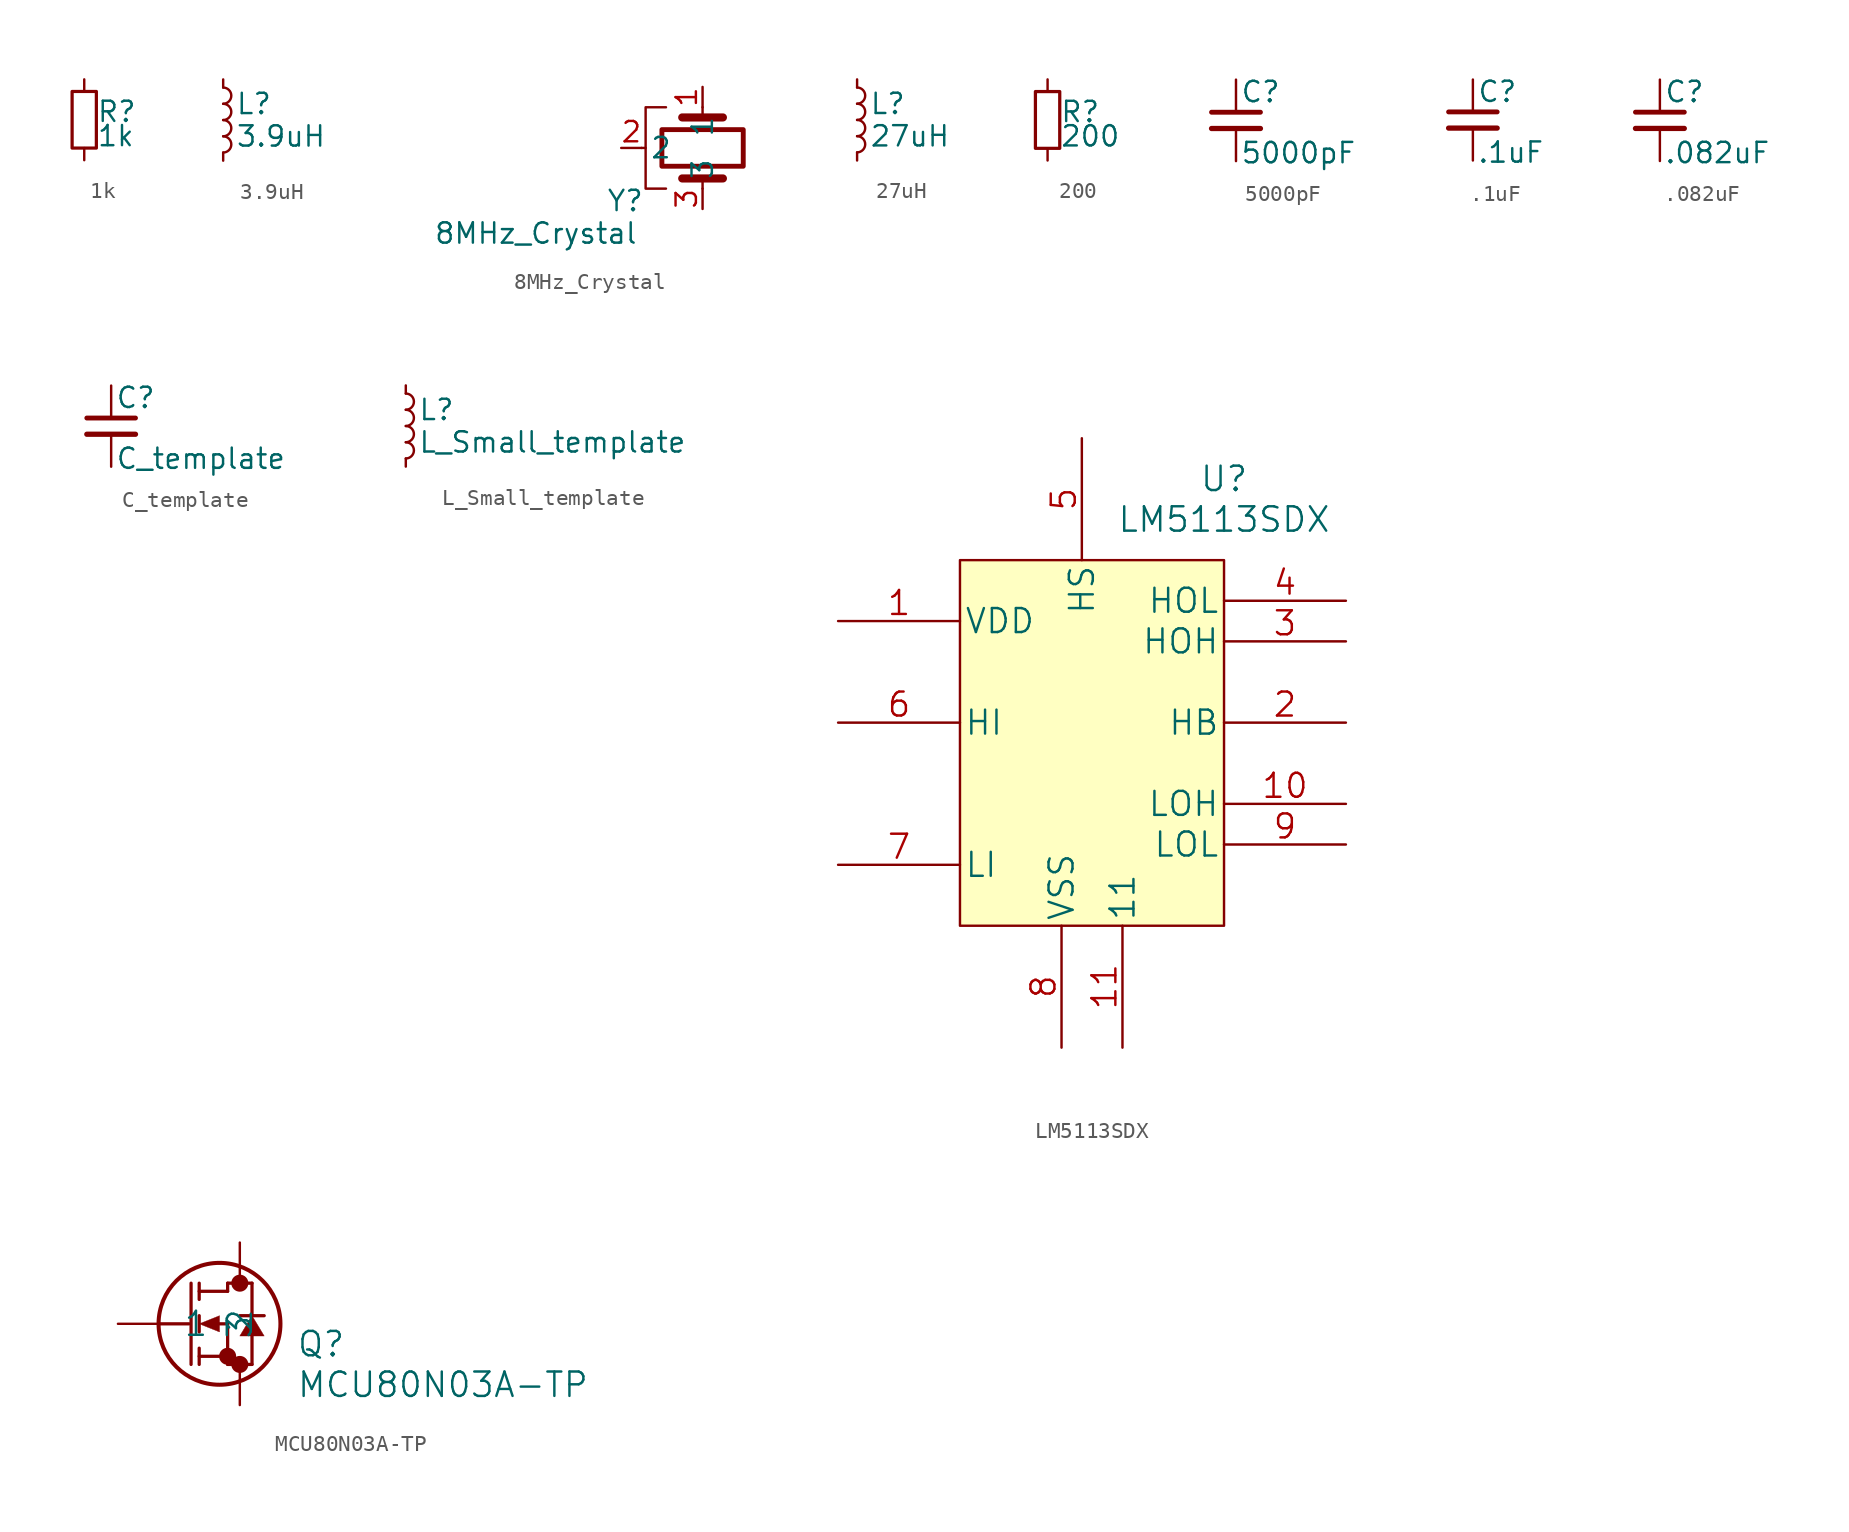
<source format=kicad_sym>
(kicad_symbol_lib
  (version 20211014)
  (generator kicad_symbol_editor)
  (symbol "1k"
    (pin_numbers hide)
    (pin_names
      (offset 0.254) hide)
    (property "Reference" "R"
      (at 0.762 0.508 0)
      (effects (font (size 1.27 1.27)) (justify left)))
    (property "Value" "1k"
      (at 0.762 -1.016 0)
      (effects (font (size 1.27 1.27)) (justify left)))
    (symbol "1k_0_1"
      (rectangle (start -0.762 1.778) (end 0.762 -1.778) (stroke (width 0.203) (type default) (color 0 0 0 0)) (fill (type none))))
    (symbol "1k_1_1"
      (pin passive line (at 0 2.54 270) (length 0.762) (name "~" (effects (font (size 1.27 1.27)))) (number "1" (effects (font (size 1.27 1.27)))))
      (pin passive line (at 0 -2.54 90) (length 0.762) (name "~" (effects (font (size 1.27 1.27)))) (number "2" (effects (font (size 1.27 1.27)))))))
  (symbol "3.9uH"
    (pin_numbers hide)
    (pin_names
      (offset 0.254) hide)
    (property "Reference" "L"
      (at 0.762 1.016 0)
      (effects (font (size 1.27 1.27)) (justify left)))
    (property "Value" "3.9uH"
      (at 0.762 -1.016 0)
      (effects (font (size 1.27 1.27)) (justify left)))
    (symbol "3.9uH_0_1"
      (arc (start 0 -2.032) (mid 0.508 -1.524) (end 0 -1.016) (stroke (width 0) (type default) (color 0 0 0 0)) (fill (type none)))
      (arc (start 0 -1.016) (mid 0.508 -0.508) (end 0 0) (stroke (width 0) (type default) (color 0 0 0 0)) (fill (type none)))
      (arc (start 0 0) (mid 0.508 0.508) (end 0 1.016) (stroke (width 0) (type default) (color 0 0 0 0)) (fill (type none)))
      (arc (start 0 1.016) (mid 0.508 1.524) (end 0 2.032) (stroke (width 0) (type default) (color 0 0 0 0)) (fill (type none))))
    (symbol "3.9uH_1_1"
      (pin passive line (at 0 2.54 270) (length 0.508) (name "~" (effects (font (size 1.27 1.27)))) (number "1" (effects (font (size 1.27 1.27)))))
      (pin passive line (at 0 -2.54 90) (length 0.508) (name "~" (effects (font (size 1.27 1.27)))) (number "2" (effects (font (size 1.27 1.27)))))))
  (symbol "8MHz_Crystal"
    (property "Reference" "Y"
      (at -18.796 14.478 0)
      (effects (font (size 1.27 1.27))))
    (property "Value" "8MHz_Crystal"
      (at -24.384 12.446 0)
      (effects (font (size 1.27 1.27))))
    (symbol "8MHz_Crystal_0_1"
      (rectangle (start -11.43 18.923) (end -16.51 16.637) (stroke (width 0.305) (type default) (color 0 0 0 0)) (fill (type none)))
      (polyline (pts (xy -17.78 17.78) (xy -17.526 17.78)) (stroke (width 0) (type default) (color 0 0 0 0)) (fill (type none)))
      (polyline (pts (xy -15.24 19.685) (xy -12.7 19.685)) (stroke (width 0.508) (type default) (color 0 0 0 0)) (fill (type none)))
      (polyline (pts (xy -13.97 15.875) (xy -13.97 15.24)) (stroke (width 0) (type default) (color 0 0 0 0)) (fill (type none)))
      (polyline (pts (xy -13.97 20.32) (xy -13.97 19.685)) (stroke (width 0) (type default) (color 0 0 0 0)) (fill (type none)))
      (polyline (pts (xy -12.7 15.875) (xy -15.24 15.875)) (stroke (width 0.508) (type default) (color 0 0 0 0)) (fill (type none)))
      (polyline (pts (xy -16.256 20.32) (xy -17.526 20.32) (xy -17.526 15.24) (xy -16.256 15.24)) (stroke (width 0) (type default) (color 0 0 0 0)) (fill (type none))))
    (symbol "8MHz_Crystal_1_1"
      (pin input line (at -13.97 21.59 270) (length 1.27) (name "1" (effects (font (size 1.27 1.27)))) (number "1" (effects (font (size 1.27 1.27)))))
      (pin power_in line (at -19.05 17.78 0) (length 1.27) (name "2" (effects (font (size 1.27 1.27)))) (number "2" (effects (font (size 1.27 1.27)))))
      (pin output line (at -13.97 13.97 90) (length 1.27) (name "3" (effects (font (size 1.27 1.27)))) (number "3" (effects (font (size 1.27 1.27)))))))
  (symbol "27uH"
    (pin_numbers hide)
    (pin_names
      (offset 0.254) hide)
    (property "Reference" "L"
      (at 0.762 1.016 0)
      (effects (font (size 1.27 1.27)) (justify left)))
    (property "Value" "27uH"
      (at 0.762 -1.016 0)
      (effects (font (size 1.27 1.27)) (justify left)))
    (symbol "27uH_0_1"
      (arc (start 0 -2.032) (mid 0.508 -1.524) (end 0 -1.016) (stroke (width 0) (type default) (color 0 0 0 0)) (fill (type none)))
      (arc (start 0 -1.016) (mid 0.508 -0.508) (end 0 0) (stroke (width 0) (type default) (color 0 0 0 0)) (fill (type none)))
      (arc (start 0 0) (mid 0.508 0.508) (end 0 1.016) (stroke (width 0) (type default) (color 0 0 0 0)) (fill (type none)))
      (arc (start 0 1.016) (mid 0.508 1.524) (end 0 2.032) (stroke (width 0) (type default) (color 0 0 0 0)) (fill (type none))))
    (symbol "27uH_1_1"
      (pin passive line (at 0 2.54 270) (length 0.508) (name "~" (effects (font (size 1.27 1.27)))) (number "1" (effects (font (size 1.27 1.27)))))
      (pin passive line (at 0 -2.54 90) (length 0.508) (name "~" (effects (font (size 1.27 1.27)))) (number "2" (effects (font (size 1.27 1.27)))))))
  (symbol "200"
    (pin_numbers hide)
    (pin_names
      (offset 0.254) hide)
    (property "Reference" "R"
      (at 0.762 0.508 0)
      (effects (font (size 1.27 1.27)) (justify left)))
    (property "Value" "200"
      (at 0.762 -1.016 0)
      (effects (font (size 1.27 1.27)) (justify left)))
    (symbol "200_0_1"
      (rectangle (start -0.762 1.778) (end 0.762 -1.778) (stroke (width 0.203) (type default) (color 0 0 0 0)) (fill (type none))))
    (symbol "200_1_1"
      (pin passive line (at 0 2.54 270) (length 0.762) (name "~" (effects (font (size 1.27 1.27)))) (number "1" (effects (font (size 1.27 1.27)))))
      (pin passive line (at 0 -2.54 90) (length 0.762) (name "~" (effects (font (size 1.27 1.27)))) (number "2" (effects (font (size 1.27 1.27)))))))
  (symbol "5000pF"
    (pin_numbers hide)
    (pin_names
      (offset 0.254) hide)
    (property "Reference" "C"
      (at 0.254 1.778 0)
      (effects (font (size 1.27 1.27)) (justify left)))
    (property "Value" "5000pF"
      (at 0.254 -2.032 0)
      (effects (font (size 1.27 1.27)) (justify left)))
    (symbol "5000pF_0_1"
      (polyline (pts (xy -1.524 -0.508) (xy 1.524 -0.508)) (stroke (width 0.33) (type default) (color 0 0 0 0)) (fill (type none)))
      (polyline (pts (xy -1.524 0.508) (xy 1.524 0.508)) (stroke (width 0.305) (type default) (color 0 0 0 0)) (fill (type none))))
    (symbol "5000pF_1_1"
      (pin passive line (at 0 2.54 270) (length 2.032) (name "~" (effects (font (size 1.27 1.27)))) (number "1" (effects (font (size 1.27 1.27)))))
      (pin passive line (at 0 -2.54 90) (length 2.032) (name "~" (effects (font (size 1.27 1.27)))) (number "2" (effects (font (size 1.27 1.27)))))))
  (symbol ".1uF"
    (pin_numbers hide)
    (pin_names
      (offset 0.254) hide)
    (property "Reference" "C"
      (at 0.254 1.778 0)
      (effects (font (size 1.27 1.27)) (justify left)))
    (property "Value" ".1uF"
      (at 0.254 -2.032 0)
      (effects (font (size 1.27 1.27)) (justify left)))
    (symbol ".1uF_0_1"
      (polyline (pts (xy -1.524 -0.508) (xy 1.524 -0.508)) (stroke (width 0.33) (type default) (color 0 0 0 0)) (fill (type none)))
      (polyline (pts (xy -1.524 0.508) (xy 1.524 0.508)) (stroke (width 0.305) (type default) (color 0 0 0 0)) (fill (type none))))
    (symbol ".1uF_1_1"
      (pin passive line (at 0 2.54 270) (length 2.032) (name "~" (effects (font (size 1.27 1.27)))) (number "1" (effects (font (size 1.27 1.27)))))
      (pin passive line (at 0 -2.54 90) (length 2.032) (name "~" (effects (font (size 1.27 1.27)))) (number "2" (effects (font (size 1.27 1.27)))))))
  (symbol ".082uF"
    (pin_numbers hide)
    (pin_names
      (offset 0.254) hide)
    (property "Reference" "C"
      (at 0.254 1.778 0)
      (effects (font (size 1.27 1.27)) (justify left)))
    (property "Value" ".082uF"
      (at 0.254 -2.032 0)
      (effects (font (size 1.27 1.27)) (justify left)))
    (symbol ".082uF_0_1"
      (polyline (pts (xy -1.524 -0.508) (xy 1.524 -0.508)) (stroke (width 0.33) (type default) (color 0 0 0 0)) (fill (type none)))
      (polyline (pts (xy -1.524 0.508) (xy 1.524 0.508)) (stroke (width 0.305) (type default) (color 0 0 0 0)) (fill (type none))))
    (symbol ".082uF_1_1"
      (pin passive line (at 0 2.54 270) (length 2.032) (name "~" (effects (font (size 1.27 1.27)))) (number "1" (effects (font (size 1.27 1.27)))))
      (pin passive line (at 0 -2.54 90) (length 2.032) (name "~" (effects (font (size 1.27 1.27)))) (number "2" (effects (font (size 1.27 1.27)))))))
  (symbol "C_template"
    (pin_numbers hide)
    (pin_names
      (offset 0.254) hide)
    (property "Reference" "C"
      (at 0.254 1.778 0)
      (effects (font (size 1.27 1.27)) (justify left)))
    (property "Value" "C_template"
      (at 0.254 -2.032 0)
      (effects (font (size 1.27 1.27)) (justify left)))
    (symbol "C_template_0_1"
      (polyline (pts (xy -1.524 -0.508) (xy 1.524 -0.508)) (stroke (width 0.33) (type default) (color 0 0 0 0)) (fill (type none)))
      (polyline (pts (xy -1.524 0.508) (xy 1.524 0.508)) (stroke (width 0.305) (type default) (color 0 0 0 0)) (fill (type none))))
    (symbol "C_template_1_1"
      (pin passive line (at 0 2.54 270) (length 2.032) (name "~" (effects (font (size 1.27 1.27)))) (number "1" (effects (font (size 1.27 1.27)))))
      (pin passive line (at 0 -2.54 90) (length 2.032) (name "~" (effects (font (size 1.27 1.27)))) (number "2" (effects (font (size 1.27 1.27)))))))
  (symbol "L_Small_template"
    (pin_numbers hide)
    (pin_names
      (offset 0.254) hide)
    (property "Reference" "L"
      (at 0.762 1.016 0)
      (effects (font (size 1.27 1.27)) (justify left)))
    (property "Value" "L_Small_template"
      (at 0.762 -1.016 0)
      (effects (font (size 1.27 1.27)) (justify left)))
    (symbol "L_Small_template_0_1"
      (arc (start 0 -2.032) (mid 0.508 -1.524) (end 0 -1.016) (stroke (width 0) (type default) (color 0 0 0 0)) (fill (type none)))
      (arc (start 0 -1.016) (mid 0.508 -0.508) (end 0 0) (stroke (width 0) (type default) (color 0 0 0 0)) (fill (type none)))
      (arc (start 0 0) (mid 0.508 0.508) (end 0 1.016) (stroke (width 0) (type default) (color 0 0 0 0)) (fill (type none)))
      (arc (start 0 1.016) (mid 0.508 1.524) (end 0 2.032) (stroke (width 0) (type default) (color 0 0 0 0)) (fill (type none))))
    (symbol "L_Small_template_1_1"
      (pin passive line (at 0 2.54 270) (length 0.508) (name "~" (effects (font (size 1.27 1.27)))) (number "1" (effects (font (size 1.27 1.27)))))
      (pin passive line (at 0 -2.54 90) (length 0.508) (name "~" (effects (font (size 1.27 1.27)))) (number "2" (effects (font (size 1.27 1.27)))))))
  (symbol "LM5113SDX"
    (pin_names
      (offset 0.254))
    (property "Reference" "U"
      (at 24.13 10.16 0)
      (effects (font (size 1.524 1.524))))
    (property "Value" "LM5113SDX"
      (at 24.13 7.62 0)
      (effects (font (size 1.524 1.524))))
    (symbol "LM5113SDX_1_1"
      (rectangle (start 7.62 5.08) (end 24.13 -17.78) (stroke (width 0.152) (type default) (color 0 0 0 0)) (fill (type background)))
      (pin power_in line (at 0 1.27 0) (length 7.62) (name "VDD" (effects (font (size 1.499 1.499)))) (number "1" (effects (font (size 1.499 1.499)))))
      (pin output line (at 31.75 -10.16 180) (length 7.62) (name "LOH" (effects (font (size 1.499 1.499)))) (number "10" (effects (font (size 1.499 1.499)))))
      (pin unspecified line (at 17.78 -25.4 90) (length 7.62) (name "11" (effects (font (size 1.499 1.499)))) (number "11" (effects (font (size 1.499 1.499)))))
      (pin unspecified line (at 31.75 -5.08 180) (length 7.62) (name "HB" (effects (font (size 1.499 1.499)))) (number "2" (effects (font (size 1.499 1.499)))))
      (pin output line (at 31.75 0 180) (length 7.62) (name "HOH" (effects (font (size 1.499 1.499)))) (number "3" (effects (font (size 1.499 1.499)))))
      (pin output line (at 31.75 2.54 180) (length 7.62) (name "HOL" (effects (font (size 1.499 1.499)))) (number "4" (effects (font (size 1.499 1.499)))))
      (pin unspecified line (at 15.24 12.7 270) (length 7.62) (name "HS" (effects (font (size 1.499 1.499)))) (number "5" (effects (font (size 1.499 1.499)))))
      (pin input line (at 0 -5.08 0) (length 7.62) (name "HI" (effects (font (size 1.499 1.499)))) (number "6" (effects (font (size 1.499 1.499)))))
      (pin input line (at 0 -13.97 0) (length 7.62) (name "LI" (effects (font (size 1.499 1.499)))) (number "7" (effects (font (size 1.499 1.499)))))
      (pin power_in line (at 13.97 -25.4 90) (length 7.62) (name "VSS" (effects (font (size 1.499 1.499)))) (number "8" (effects (font (size 1.499 1.499)))))
      (pin output line (at 31.75 -12.7 180) (length 7.62) (name "LOL" (effects (font (size 1.499 1.499)))) (number "9" (effects (font (size 1.499 1.499)))))))
  (symbol "MCU80N03A-TP"
    (pin_numbers hide)
    (pin_names
      (offset 1.524))
    (property "Reference" "Q"
      (at 12.7 -1.27 0)
      (effects (font (size 1.524 1.524))))
    (property "Value" "MCU80N03A-TP"
      (at 20.32 -3.81 0)
      (effects (font (size 1.524 1.524))))
    (symbol "MCU80N03A-TP_1_1"
      (polyline (pts (xy 2.54 0) (xy 4.445 0)) (stroke (width 0.203) (type default) (color 0 0 0 0)) (fill (type none)))
      (polyline (pts (xy 4.572 -2.54) (xy 4.572 2.54)) (stroke (width 0.203) (type default) (color 0 0 0 0)) (fill (type none)))
      (polyline (pts (xy 5.08 -2.54) (xy 5.08 -1.524)) (stroke (width 0.203) (type default) (color 0 0 0 0)) (fill (type none)))
      (polyline (pts (xy 5.08 -2.032) (xy 6.858 -2.032)) (stroke (width 0.203) (type default) (color 0 0 0 0)) (fill (type none)))
      (polyline (pts (xy 5.08 -0.508) (xy 5.08 0.508)) (stroke (width 0.203) (type default) (color 0 0 0 0)) (fill (type none)))
      (polyline (pts (xy 5.08 1.524) (xy 5.08 2.54)) (stroke (width 0.203) (type default) (color 0 0 0 0)) (fill (type none)))
      (polyline (pts (xy 5.08 2.032) (xy 6.858 2.032)) (stroke (width 0.203) (type default) (color 0 0 0 0)) (fill (type none)))
      (polyline (pts (xy 6.35 0) (xy 6.858 0)) (stroke (width 0.203) (type default) (color 0 0 0 0)) (fill (type none)))
      (polyline (pts (xy 6.858 -2.54) (xy 6.858 0)) (stroke (width 0.203) (type default) (color 0 0 0 0)) (fill (type none)))
      (polyline (pts (xy 6.858 -2.54) (xy 8.382 -2.54)) (stroke (width 0.203) (type default) (color 0 0 0 0)) (fill (type none)))
      (polyline (pts (xy 6.858 2.032) (xy 6.858 2.54)) (stroke (width 0.203) (type default) (color 0 0 0 0)) (fill (type none)))
      (polyline (pts (xy 6.858 2.54) (xy 8.382 2.54)) (stroke (width 0.203) (type default) (color 0 0 0 0)) (fill (type none)))
      (polyline (pts (xy 8.382 -2.54) (xy 8.382 -0.762)) (stroke (width 0.203) (type default) (color 0 0 0 0)) (fill (type none)))
      (polyline (pts (xy 8.382 0.508) (xy 8.382 2.54)) (stroke (width 0.203) (type default) (color 0 0 0 0)) (fill (type none)))
      (polyline (pts (xy 9.144 0.508) (xy 7.62 0.508)) (stroke (width 0.203) (type default) (color 0 0 0 0)) (fill (type none)))
      (polyline (pts (xy 6.35 0.508) (xy 5.08 0) (xy 6.35 -0.508) (xy 6.35 0.508)) (stroke (width 0.025) (type default) (color 0 0 0 0)) (fill (type outline)))
      (polyline (pts (xy 9.144 -0.762) (xy 7.62 -0.762) (xy 8.382 0.508) (xy 9.144 -0.762)) (stroke (width 0.025) (type default) (color 0 0 0 0)) (fill (type outline)))
      (circle (center 6.35 0) (radius 3.81) (stroke (width 0.254) (type default) (color 0 0 0 0)) (fill (type none)))
      (circle (center 6.858 -2.032) (radius 0.025) (stroke (width 0.508) (type default) (color 0 0 0 0)) (fill (type none)))
      (circle (center 7.62 -2.54) (radius 0.025) (stroke (width 0.508) (type default) (color 0 0 0 0)) (fill (type none)))
      (circle (center 7.62 2.54) (radius 0.025) (stroke (width 0.508) (type default) (color 0 0 0 0)) (fill (type none)))
      (pin unspecified line (at 0 0 0) (length 2.54) (name "1" (effects (font (size 1.499 1.499)))) (number "1" (effects (font (size 1.499 1.499)))))
      (pin unspecified line (at 7.62 5.08 270) (length 2.54) (name "2" (effects (font (size 1.499 1.499)))) (number "2" (effects (font (size 1.499 1.499)))))
      (pin unspecified line (at 7.62 -5.08 90) (length 2.54) (name "3" (effects (font (size 1.499 1.499)))) (number "3" (effects (font (size 1.499 1.499))))))))
</source>
